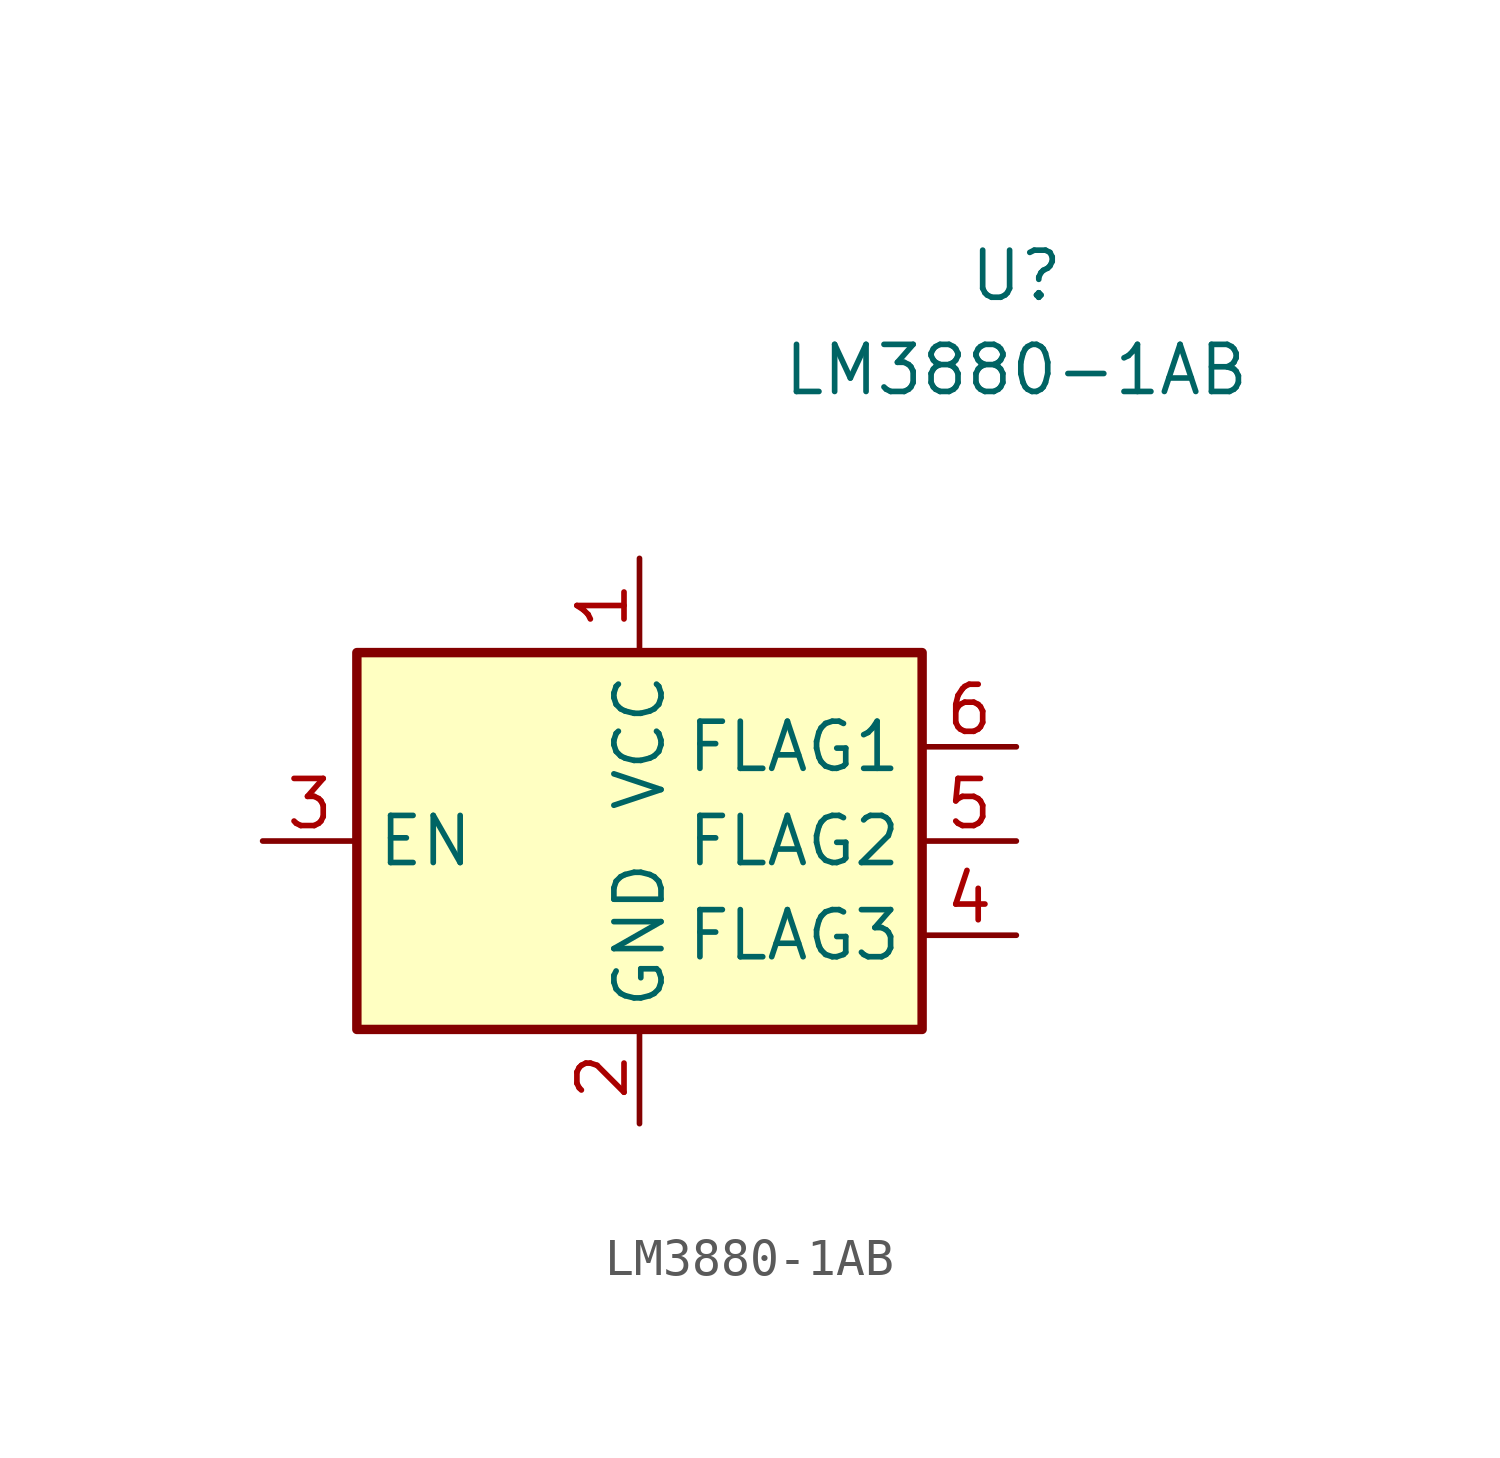
<source format=kicad_sym>
(kicad_symbol_lib
  (version 20211014)
  (generator kicad_symbol_editor)
  (symbol "LM3880-1AB"
    (property "Reference" "U"
      (at 10.16 15.24 0)
      (effects (font (size 1.27 1.27))))
    (property "Value" "LM3880-1AB"
      (at 10.16 12.7 0)
      (effects (font (size 1.27 1.27))))
    (symbol "LM3880-1AB_0_1"
      (rectangle (start -7.62 5.08) (end 7.62 -5.08) (stroke (width 0.254) (type default) (color 0 0 0 0)) (fill (type background))))
    (symbol "LM3880-1AB_1_1"
      (pin power_in line (at 0 7.62 270) (length 2.54) (name "VCC" (effects (font (size 1.27 1.27)))) (number "1" (effects (font (size 1.27 1.27)))))
      (pin power_in line (at 0 -7.62 90) (length 2.54) (name "GND" (effects (font (size 1.27 1.27)))) (number "2" (effects (font (size 1.27 1.27)))))
      (pin input line (at -10.16 0 0) (length 2.54) (name "EN" (effects (font (size 1.27 1.27)))) (number "3" (effects (font (size 1.27 1.27)))))
      (pin open_collector line (at 10.16 -2.54 180) (length 2.54) (name "FLAG3" (effects (font (size 1.27 1.27)))) (number "4" (effects (font (size 1.27 1.27)))))
      (pin open_collector line (at 10.16 0 180) (length 2.54) (name "FLAG2" (effects (font (size 1.27 1.27)))) (number "5" (effects (font (size 1.27 1.27)))))
      (pin open_collector line (at 10.16 2.54 180) (length 2.54) (name "FLAG1" (effects (font (size 1.27 1.27)))) (number "6" (effects (font (size 1.27 1.27))))))))
</source>
